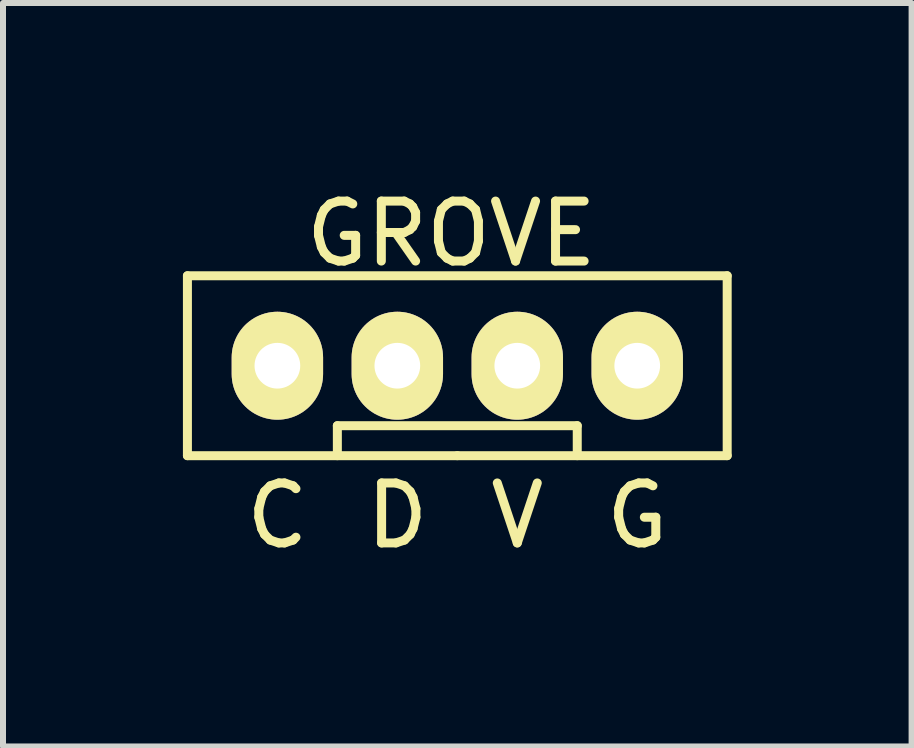
<source format=kicad_pcb>
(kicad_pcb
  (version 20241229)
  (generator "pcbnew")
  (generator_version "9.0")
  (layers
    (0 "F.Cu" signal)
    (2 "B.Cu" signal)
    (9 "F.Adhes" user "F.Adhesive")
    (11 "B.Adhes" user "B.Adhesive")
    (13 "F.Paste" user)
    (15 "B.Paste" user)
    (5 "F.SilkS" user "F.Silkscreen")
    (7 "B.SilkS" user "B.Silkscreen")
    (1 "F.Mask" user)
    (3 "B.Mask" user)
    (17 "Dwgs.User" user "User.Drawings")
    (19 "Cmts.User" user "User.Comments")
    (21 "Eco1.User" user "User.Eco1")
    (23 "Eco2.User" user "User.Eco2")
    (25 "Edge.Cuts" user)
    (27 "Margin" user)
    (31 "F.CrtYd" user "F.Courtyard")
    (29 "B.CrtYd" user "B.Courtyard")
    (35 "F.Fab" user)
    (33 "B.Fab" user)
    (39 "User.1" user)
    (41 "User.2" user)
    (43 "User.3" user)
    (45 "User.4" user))
  (footprint "GROVE"
    (layer "F.Cu")
    (at 1.575 3.048)
    (property "Reference" "GROVE" (at 2.9 -2.2 180) (layer "F.SilkS") (effects (font (size 1 1) (thickness 0.15))))
    (attr smd)
    (fp_line (start -1.5 -1.5) (end 7.5 -1.5) (stroke (width 0.15) (type solid)) (layer "F.SilkS"))
    (fp_line (start -1.5 1.5) (end -1.5 -1.5) (stroke (width 0.15) (type solid)) (layer "F.SilkS"))
    (fp_line (start 1 1) (end 1 1.5) (stroke (width 0.15) (type solid)) (layer "F.SilkS"))
    (fp_line (start 3 1.5) (end -1.5 1.5) (stroke (width 0.15) (type solid)) (layer "F.SilkS"))
    (fp_line (start 5 1) (end 1 1) (stroke (width 0.15) (type solid)) (layer "F.SilkS"))
    (fp_line (start 5 1.5) (end 5 1) (stroke (width 0.15) (type solid)) (layer "F.SilkS"))
    (fp_line (start 7.5 -1.5) (end 7.5 1.5) (stroke (width 0.15) (type solid)) (layer "F.SilkS"))
    (fp_line (start 7.5 1.5) (end 3 1.5) (stroke (width 0.15) (type solid)) (layer "F.SilkS"))
    (fp_text user "V" (at 4 2.5 0) (layer "F.SilkS") (effects (font (size 1 1) (thickness 0.15))))
    (fp_text user "G" (at 6 2.5 0) (layer "F.SilkS") (effects (font (size 1 1) (thickness 0.15))))
    (fp_text user "C" (at 0 2.5 0) (layer "F.SilkS") (effects (font (size 1 1) (thickness 0.15))))
    (fp_text user "D" (at 2 2.5 0) (layer "F.SilkS") (effects (font (size 1 1) (thickness 0.15))))
    (pad "1" thru_hole oval (at 0 0) (size 1.524 1.8) (drill 0.762) (layers "*.Cu" "*.Mask" "F.SilkS"))
    (pad "2" thru_hole oval (at 2 0) (size 1.524 1.8) (drill 0.762) (layers "*.Cu" "*.Mask" "F.SilkS"))
    (pad "3" thru_hole oval (at 4 0) (size 1.524 1.8) (drill 0.762) (layers "*.Cu" "*.Mask" "F.SilkS"))
    (pad "4" thru_hole oval (at 6 0) (size 1.524 1.8) (drill 0.762) (layers "*.Cu" "*.Mask" "F.SilkS")))
  (gr_rect
    (start -3 -3)
    (end 12.15 9.396)
    (stroke (width 0.1) (type default))
    (fill no)
    (layer "Edge.Cuts")))
</source>
